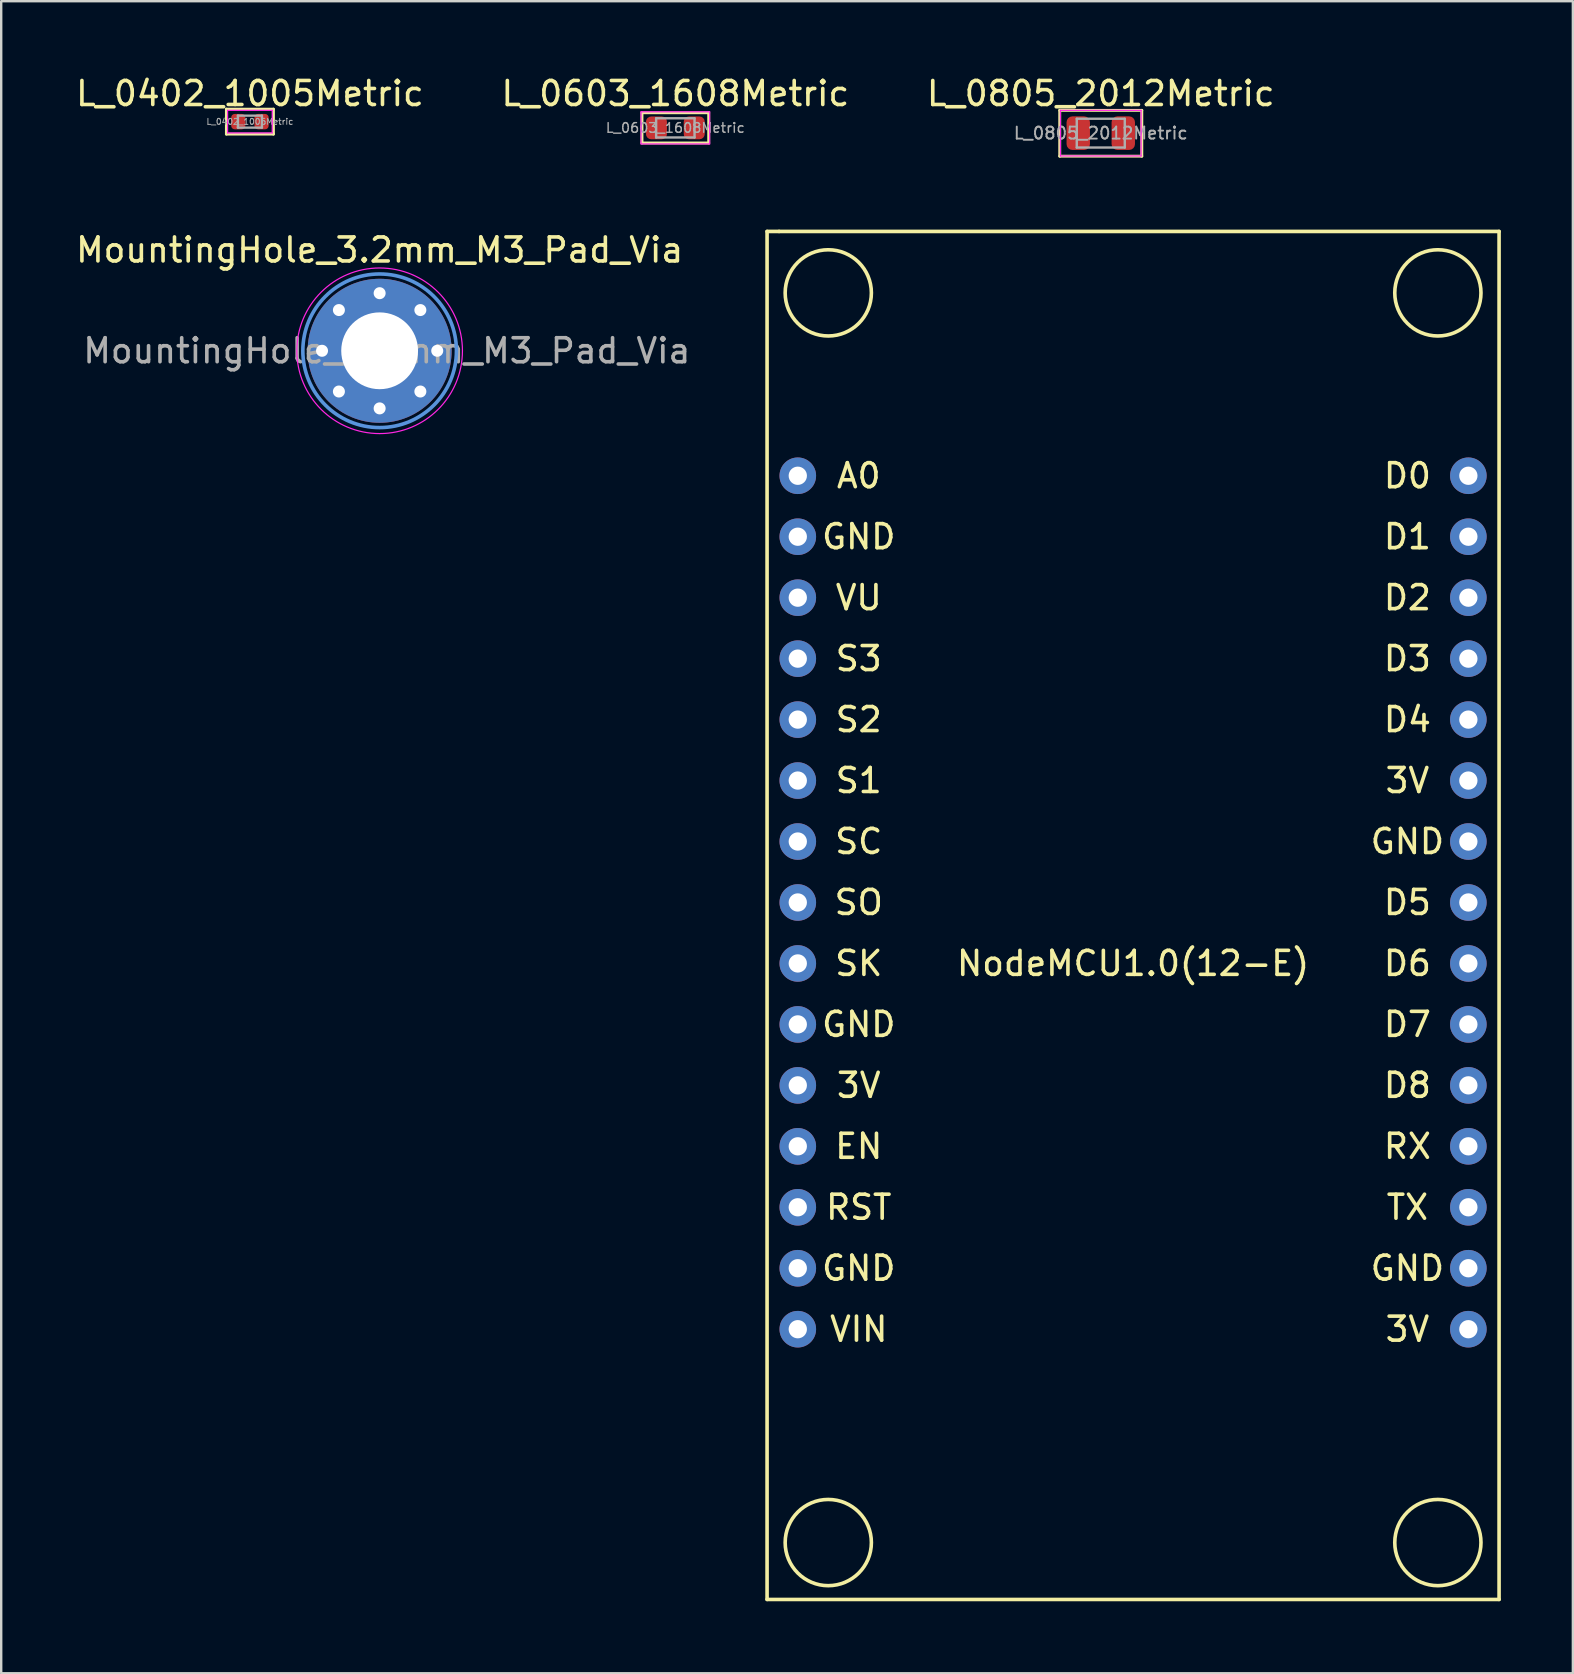
<source format=kicad_pcb>
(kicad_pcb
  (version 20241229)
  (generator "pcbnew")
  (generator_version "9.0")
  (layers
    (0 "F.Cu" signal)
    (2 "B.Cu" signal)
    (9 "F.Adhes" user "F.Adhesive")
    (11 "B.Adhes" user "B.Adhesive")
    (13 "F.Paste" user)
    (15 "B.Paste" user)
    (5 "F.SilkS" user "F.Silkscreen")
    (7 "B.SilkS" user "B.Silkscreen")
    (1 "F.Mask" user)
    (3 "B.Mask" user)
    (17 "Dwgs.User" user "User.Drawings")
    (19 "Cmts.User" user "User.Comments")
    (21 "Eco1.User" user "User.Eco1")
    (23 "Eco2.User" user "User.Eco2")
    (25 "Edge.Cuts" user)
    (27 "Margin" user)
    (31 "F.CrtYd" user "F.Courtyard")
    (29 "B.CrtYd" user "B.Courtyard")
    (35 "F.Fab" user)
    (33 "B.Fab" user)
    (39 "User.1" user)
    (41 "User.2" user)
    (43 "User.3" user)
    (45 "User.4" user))
  (footprint "NodeMCU1.0(12-E)"
    (layer "F.Cu")
    (at 44.161 37.093)
    (property "Reference" "NodeMCU1.0(12-E)" (at 0 0 0) (layer "F.SilkS") (effects (font (size 1 1) (thickness 0.15))))
    (attr through_hole)
    (fp_line (start -15.25 -30.5) (end -15.25 26.5) (stroke (width 0.15) (type solid)) (layer "F.SilkS"))
    (fp_line (start -15.25 26.5) (end 15.25 26.5) (stroke (width 0.15) (type solid)) (layer "F.SilkS"))
    (fp_line (start -14.75 -30.5) (end -15.25 -30.5) (stroke (width 0.15) (type solid)) (layer "F.SilkS"))
    (fp_line (start 15.25 -30.5) (end -14.75 -30.5) (stroke (width 0.15) (type solid)) (layer "F.SilkS"))
    (fp_line (start 15.25 26.5) (end 15.25 -30.5) (stroke (width 0.15) (type solid)) (layer "F.SilkS"))
    (fp_circle (center -12.7 -27.94) (end -11.43 -29.21) (stroke (width 0.15) (type solid)) (fill no) (layer "F.SilkS"))
    (fp_circle (center -12.7 24.13) (end -11.43 22.86) (stroke (width 0.15) (type solid)) (fill no) (layer "F.SilkS"))
    (fp_circle (center 12.7 -27.94) (end 13.97 -29.21) (stroke (width 0.15) (type solid)) (fill no) (layer "F.SilkS"))
    (fp_circle (center 12.7 24.13) (end 13.97 22.86) (stroke (width 0.15) (type solid)) (fill no) (layer "F.SilkS"))
    (fp_text user "D4" (at 11.43 -10.16 0) (layer "F.SilkS") (effects (font (size 1 1) (thickness 0.15))))
    (fp_text user "A0" (at -11.43 -20.32 0) (layer "F.SilkS") (effects (font (size 1 1) (thickness 0.15))))
    (fp_text user "GND" (at -11.43 -17.78 0) (layer "F.SilkS") (effects (font (size 1 1) (thickness 0.15))))
    (fp_text user "RST" (at -11.43 10.16 0) (layer "F.SilkS") (effects (font (size 1 1) (thickness 0.15))))
    (fp_text user "VU" (at -11.43 -15.24 0) (layer "F.SilkS") (effects (font (size 1 1) (thickness 0.15))))
    (fp_text user "D6" (at 11.43 0 0) (layer "F.SilkS") (effects (font (size 1 1) (thickness 0.15))))
    (fp_text user "SC" (at -11.43 -5.08 0) (layer "F.SilkS") (effects (font (size 1 1) (thickness 0.15))))
    (fp_text user "D7" (at 11.43 2.54 0) (layer "F.SilkS") (effects (font (size 1 1) (thickness 0.15))))
    (fp_text user "3V" (at 11.43 -7.62 0) (layer "F.SilkS") (effects (font (size 1 1) (thickness 0.15))))
    (fp_text user "D0" (at 11.43 -20.32 0) (layer "F.SilkS") (effects (font (size 1 1) (thickness 0.15))))
    (fp_text user "S1" (at -11.43 -7.62 0) (layer "F.SilkS") (effects (font (size 1 1) (thickness 0.15))))
    (fp_text user "GND" (at 11.43 -5.08 0) (layer "F.SilkS") (effects (font (size 1 1) (thickness 0.15))))
    (fp_text user "S3" (at -11.43 -12.7 0) (layer "F.SilkS") (effects (font (size 1 1) (thickness 0.15))))
    (fp_text user "TX" (at 11.43 10.16 0) (layer "F.SilkS") (effects (font (size 1 1) (thickness 0.15))))
    (fp_text user "GND" (at 11.43 12.7 0) (layer "F.SilkS") (effects (font (size 1 1) (thickness 0.15))))
    (fp_text user "GND" (at -11.43 12.7 0) (layer "F.SilkS") (effects (font (size 1 1) (thickness 0.15))))
    (fp_text user "GND" (at -11.43 2.54 0) (layer "F.SilkS") (effects (font (size 1 1) (thickness 0.15))))
    (fp_text user "D5" (at 11.43 -2.54 0) (layer "F.SilkS") (effects (font (size 1 1) (thickness 0.15))))
    (fp_text user "D2" (at 11.43 -15.24 0) (layer "F.SilkS") (effects (font (size 1 1) (thickness 0.15))))
    (fp_text user "VIN" (at -11.43 15.24 0) (layer "F.SilkS") (effects (font (size 1 1) (thickness 0.15))))
    (fp_text user "D3" (at 11.43 -12.7 0) (layer "F.SilkS") (effects (font (size 1 1) (thickness 0.15))))
    (fp_text user "D1" (at 11.43 -17.78 0) (layer "F.SilkS") (effects (font (size 1 1) (thickness 0.15))))
    (fp_text user "3V" (at -11.43 5.08 0) (layer "F.SilkS") (effects (font (size 1 1) (thickness 0.15))))
    (fp_text user "EN" (at -11.43 7.62 0) (layer "F.SilkS") (effects (font (size 1 1) (thickness 0.15))))
    (fp_text user "3V" (at 11.43 15.24 0) (layer "F.SilkS") (effects (font (size 1 1) (thickness 0.15))))
    (fp_text user "SK" (at -11.43 0 0) (layer "F.SilkS") (effects (font (size 1 1) (thickness 0.15))))
    (fp_text user "SO" (at -11.43 -2.54 0) (layer "F.SilkS") (effects (font (size 1 1) (thickness 0.15))))
    (fp_text user "D8" (at 11.43 5.08 0) (layer "F.SilkS") (effects (font (size 1 1) (thickness 0.15))))
    (fp_text user "RX" (at 11.43 7.62 0) (layer "F.SilkS") (effects (font (size 1 1) (thickness 0.15))))
    (fp_text user "S2" (at -11.43 -10.16 0) (layer "F.SilkS") (effects (font (size 1 1) (thickness 0.15))))
    (pad "1" thru_hole circle (at -13.97 -20.32) (size 1.524 1.524) (drill 0.762) (layers "*.Cu" "*.Mask"))
    (pad "2" thru_hole circle (at -13.97 -17.78) (size 1.524 1.524) (drill 0.762) (layers "*.Cu" "*.Mask"))
    (pad "3" thru_hole circle (at -13.97 -15.24) (size 1.524 1.524) (drill 0.762) (layers "*.Cu" "*.Mask"))
    (pad "4" thru_hole circle (at -13.97 -12.7) (size 1.524 1.524) (drill 0.762) (layers "*.Cu" "*.Mask"))
    (pad "5" thru_hole circle (at -13.97 -10.16) (size 1.524 1.524) (drill 0.762) (layers "*.Cu" "*.Mask"))
    (pad "6" thru_hole circle (at -13.97 -7.62) (size 1.524 1.524) (drill 0.762) (layers "*.Cu" "*.Mask"))
    (pad "7" thru_hole circle (at -13.97 -5.08) (size 1.524 1.524) (drill 0.762) (layers "*.Cu" "*.Mask"))
    (pad "8" thru_hole circle (at -13.97 -2.54) (size 1.524 1.524) (drill 0.762) (layers "*.Cu" "*.Mask"))
    (pad "9" thru_hole circle (at -13.97 0) (size 1.524 1.524) (drill 0.762) (layers "*.Cu" "*.Mask"))
    (pad "10" thru_hole circle (at -13.97 2.54) (size 1.524 1.524) (drill 0.762) (layers "*.Cu" "*.Mask"))
    (pad "11" thru_hole circle (at -13.97 5.08) (size 1.524 1.524) (drill 0.762) (layers "*.Cu" "*.Mask"))
    (pad "12" thru_hole circle (at -13.97 7.62) (size 1.524 1.524) (drill 0.762) (layers "*.Cu" "*.Mask"))
    (pad "13" thru_hole circle (at -13.97 10.16) (size 1.524 1.524) (drill 0.762) (layers "*.Cu" "*.Mask"))
    (pad "14" thru_hole circle (at -13.97 12.7) (size 1.524 1.524) (drill 0.762) (layers "*.Cu" "*.Mask"))
    (pad "15" thru_hole circle (at -13.97 15.24) (size 1.524 1.524) (drill 0.762) (layers "*.Cu" "*.Mask"))
    (pad "16" thru_hole circle (at 13.97 15.24) (size 1.524 1.524) (drill 0.762) (layers "*.Cu" "*.Mask"))
    (pad "17" thru_hole circle (at 13.97 12.7) (size 1.524 1.524) (drill 0.762) (layers "*.Cu" "*.Mask"))
    (pad "18" thru_hole circle (at 13.97 10.16) (size 1.524 1.524) (drill 0.762) (layers "*.Cu" "*.Mask"))
    (pad "19" thru_hole circle (at 13.97 7.62) (size 1.524 1.524) (drill 0.762) (layers "*.Cu" "*.Mask"))
    (pad "20" thru_hole circle (at 13.97 5.08) (size 1.524 1.524) (drill 0.762) (layers "*.Cu" "*.Mask"))
    (pad "21" thru_hole circle (at 13.97 2.54) (size 1.524 1.524) (drill 0.762) (layers "*.Cu" "*.Mask"))
    (pad "22" thru_hole circle (at 13.97 0) (size 1.524 1.524) (drill 0.762) (layers "*.Cu" "*.Mask"))
    (pad "23" thru_hole circle (at 13.97 -2.54) (size 1.524 1.524) (drill 0.762) (layers "*.Cu" "*.Mask"))
    (pad "24" thru_hole circle (at 13.97 -5.08) (size 1.524 1.524) (drill 0.762) (layers "*.Cu" "*.Mask"))
    (pad "25" thru_hole circle (at 13.97 -7.62) (size 1.524 1.524) (drill 0.762) (layers "*.Cu" "*.Mask"))
    (pad "26" thru_hole circle (at 13.97 -10.16) (size 1.524 1.524) (drill 0.762) (layers "*.Cu" "*.Mask"))
    (pad "27" thru_hole circle (at 13.97 -12.7) (size 1.524 1.524) (drill 0.762) (layers "*.Cu" "*.Mask"))
    (pad "28" thru_hole circle (at 13.97 -15.24) (size 1.524 1.524) (drill 0.762) (layers "*.Cu" "*.Mask"))
    (pad "29" thru_hole circle (at 13.97 -17.78) (size 1.524 1.524) (drill 0.762) (layers "*.Cu" "*.Mask"))
    (pad "30" thru_hole circle (at 13.97 -20.32) (size 1.524 1.524) (drill 0.762) (layers "*.Cu" "*.Mask")))
  (footprint "L_0603_1608Metric"
    (layer "F.Cu")
    (at 25.089 2.278)
    (property "Reference" "L_0603_1608Metric" (at 0 -1.43 0) (layer "F.SilkS") (effects (font (size 1 1) (thickness 0.15))))
    (attr smd)
    (fp_line (start -1.39 -0.63) (end 1.39 -0.63) (stroke (width 0.12) (type solid)) (layer "F.SilkS"))
    (fp_line (start -1.39 0.63) (end -1.39 -0.63) (stroke (width 0.12) (type solid)) (layer "F.SilkS"))
    (fp_line (start -1.39 0.63) (end 1.39 0.63) (stroke (width 0.12) (type solid)) (layer "F.SilkS"))
    (fp_line (start 1.39 0.63) (end 1.39 -0.63) (stroke (width 0.12) (type solid)) (layer "F.SilkS"))
    (fp_line (start -1.43 -0.67) (end 1.43 -0.67) (stroke (width 0.05) (type solid)) (layer "F.CrtYd"))
    (fp_line (start -1.43 0.67) (end -1.43 -0.67) (stroke (width 0.05) (type solid)) (layer "F.CrtYd"))
    (fp_line (start 1.43 -0.67) (end 1.43 0.67) (stroke (width 0.05) (type solid)) (layer "F.CrtYd"))
    (fp_line (start 1.43 0.67) (end -1.43 0.67) (stroke (width 0.05) (type solid)) (layer "F.CrtYd"))
    (fp_line (start -0.8 -0.4) (end 0.8 -0.4) (stroke (width 0.1) (type solid)) (layer "F.Fab"))
    (fp_line (start -0.8 0.4) (end -0.8 -0.4) (stroke (width 0.1) (type solid)) (layer "F.Fab"))
    (fp_line (start 0.8 -0.4) (end 0.8 0.4) (stroke (width 0.1) (type solid)) (layer "F.Fab"))
    (fp_line (start 0.8 0.4) (end -0.8 0.4) (stroke (width 0.1) (type solid)) (layer "F.Fab"))
    (fp_text user "${REFERENCE}" (at 0 0 0) (layer "F.Fab") (effects (font (size 0.4 0.4) (thickness 0.06))))
    (pad "1" smd roundrect (at -0.787 0) (size 0.875 0.95) (layers "F.Cu" "F.Mask" "F.Paste") (roundrect_rratio 0.25))
    (pad "2" smd roundrect (at 0.787 0) (size 0.875 0.95) (layers "F.Cu" "F.Mask" "F.Paste") (roundrect_rratio 0.25)))
  (footprint "L_0805_2012Metric"
    (layer "F.Cu")
    (at 42.815 2.498)
    (property "Reference" "L_0805_2012Metric" (at 0 -1.65 0) (layer "F.SilkS") (effects (font (size 1 1) (thickness 0.15))))
    (attr smd)
    (fp_line (start -1.71 -0.95) (end -1.71 0.96) (stroke (width 0.12) (type solid)) (layer "F.SilkS"))
    (fp_line (start -1.71 -0.95) (end 1.71 -0.95) (stroke (width 0.12) (type solid)) (layer "F.SilkS"))
    (fp_line (start -1.71 0.96) (end 1.71 0.96) (stroke (width 0.12) (type solid)) (layer "F.SilkS"))
    (fp_line (start 1.71 -0.95) (end 1.71 0.96) (stroke (width 0.12) (type solid)) (layer "F.SilkS"))
    (fp_line (start -1.68 -0.95) (end 1.68 -0.95) (stroke (width 0.05) (type solid)) (layer "F.CrtYd"))
    (fp_line (start -1.68 0.95) (end -1.68 -0.95) (stroke (width 0.05) (type solid)) (layer "F.CrtYd"))
    (fp_line (start 1.68 -0.95) (end 1.68 0.95) (stroke (width 0.05) (type solid)) (layer "F.CrtYd"))
    (fp_line (start 1.68 0.95) (end -1.68 0.95) (stroke (width 0.05) (type solid)) (layer "F.CrtYd"))
    (fp_line (start -1 -0.6) (end 1 -0.6) (stroke (width 0.1) (type solid)) (layer "F.Fab"))
    (fp_line (start -1 0.6) (end -1 -0.6) (stroke (width 0.1) (type solid)) (layer "F.Fab"))
    (fp_line (start 1 -0.6) (end 1 0.6) (stroke (width 0.1) (type solid)) (layer "F.Fab"))
    (fp_line (start 1 0.6) (end -1 0.6) (stroke (width 0.1) (type solid)) (layer "F.Fab"))
    (fp_text user "${REFERENCE}" (at 0 0 0) (layer "F.Fab") (effects (font (size 0.5 0.5) (thickness 0.08))))
    (pad "1" smd roundrect (at -0.938 0) (size 0.975 1.4) (layers "F.Cu" "F.Mask" "F.Paste") (roundrect_rratio 0.25))
    (pad "2" smd roundrect (at 0.938 0) (size 0.975 1.4) (layers "F.Cu" "F.Mask" "F.Paste") (roundrect_rratio 0.25)))
  (footprint "L_0402_1005Metric"
    (layer "F.Cu")
    (at 7.363 2.018)
    (property "Reference" "L_0402_1005Metric" (at 0 -1.17 0) (layer "F.SilkS") (effects (font (size 1 1) (thickness 0.15))))
    (attr smd)
    (fp_line (start -0.98 -0.52) (end 0.98 -0.52) (stroke (width 0.12) (type solid)) (layer "F.SilkS"))
    (fp_line (start -0.98 0.52) (end -0.98 -0.52) (stroke (width 0.12) (type solid)) (layer "F.SilkS"))
    (fp_line (start 0.98 -0.52) (end 0.98 0.52) (stroke (width 0.12) (type solid)) (layer "F.SilkS"))
    (fp_line (start 0.98 0.52) (end -0.98 0.52) (stroke (width 0.12) (type solid)) (layer "F.SilkS"))
    (fp_line (start -0.93 -0.47) (end 0.93 -0.47) (stroke (width 0.05) (type solid)) (layer "F.CrtYd"))
    (fp_line (start -0.93 0.47) (end -0.93 -0.47) (stroke (width 0.05) (type solid)) (layer "F.CrtYd"))
    (fp_line (start 0.93 -0.47) (end 0.93 0.47) (stroke (width 0.05) (type solid)) (layer "F.CrtYd"))
    (fp_line (start 0.93 0.47) (end -0.93 0.47) (stroke (width 0.05) (type solid)) (layer "F.CrtYd"))
    (fp_line (start -0.5 -0.25) (end 0.5 -0.25) (stroke (width 0.1) (type solid)) (layer "F.Fab"))
    (fp_line (start -0.5 0.25) (end -0.5 -0.25) (stroke (width 0.1) (type solid)) (layer "F.Fab"))
    (fp_line (start 0.5 -0.25) (end 0.5 0.25) (stroke (width 0.1) (type solid)) (layer "F.Fab"))
    (fp_line (start 0.5 0.25) (end -0.5 0.25) (stroke (width 0.1) (type solid)) (layer "F.Fab"))
    (fp_text user "${REFERENCE}" (at 0 0 0) (layer "F.Fab") (effects (font (size 0.25 0.25) (thickness 0.04))))
    (pad "1" smd roundrect (at -0.485 0) (size 0.59 0.64) (layers "F.Cu" "F.Mask" "F.Paste") (roundrect_rratio 0.25))
    (pad "2" smd roundrect (at 0.485 0) (size 0.59 0.64) (layers "F.Cu" "F.Mask" "F.Paste") (roundrect_rratio 0.25)))
  (footprint "MountingHole_3.2mm_M3_Pad_Via"
    (layer "F.Cu")
    (at 12.768 11.566)
    (property "Reference" "MountingHole_3.2mm_M3_Pad_Via" (at 0 -4.2 0) (layer "F.SilkS") (effects (font (size 1 1) (thickness 0.15))))
    (attr exclude_from_pos_files exclude_from_bom)
    (fp_circle (center 0 0) (end 3.2 0) (stroke (width 0.15) (type solid)) (fill no) (layer "Cmts.User"))
    (fp_circle (center 0 0) (end 3.45 0) (stroke (width 0.05) (type solid)) (fill no) (layer "F.CrtYd"))
    (fp_text user "${REFERENCE}" (at 0.3 0 0) (layer "F.Fab") (effects (font (size 1 1) (thickness 0.15))))
    (pad "1" thru_hole circle (at -2.4 0) (size 0.8 0.8) (drill 0.5) (layers "*.Cu" "*.Mask"))
    (pad "1" thru_hole circle (at -1.697 -1.697) (size 0.8 0.8) (drill 0.5) (layers "*.Cu" "*.Mask"))
    (pad "1" thru_hole circle (at -1.697 1.697) (size 0.8 0.8) (drill 0.5) (layers "*.Cu" "*.Mask"))
    (pad "1" thru_hole circle (at 0 -2.4) (size 0.8 0.8) (drill 0.5) (layers "*.Cu" "*.Mask"))
    (pad "1" thru_hole circle (at 0 0) (size 6 6) (drill 3.2) (layers "*.Cu" "*.Mask"))
    (pad "1" thru_hole circle (at 0 2.4) (size 0.8 0.8) (drill 0.5) (layers "*.Cu" "*.Mask"))
    (pad "1" thru_hole circle (at 1.697 -1.697) (size 0.8 0.8) (drill 0.5) (layers "*.Cu" "*.Mask"))
    (pad "1" thru_hole circle (at 1.697 1.697) (size 0.8 0.8) (drill 0.5) (layers "*.Cu" "*.Mask"))
    (pad "1" thru_hole circle (at 2.4 0) (size 0.8 0.8) (drill 0.5) (layers "*.Cu" "*.Mask")))
  (gr_rect
    (start -3 -3)
    (end 62.486 66.668)
    (stroke (width 0.1) (type default))
    (fill no)
    (layer "Edge.Cuts")))
</source>
